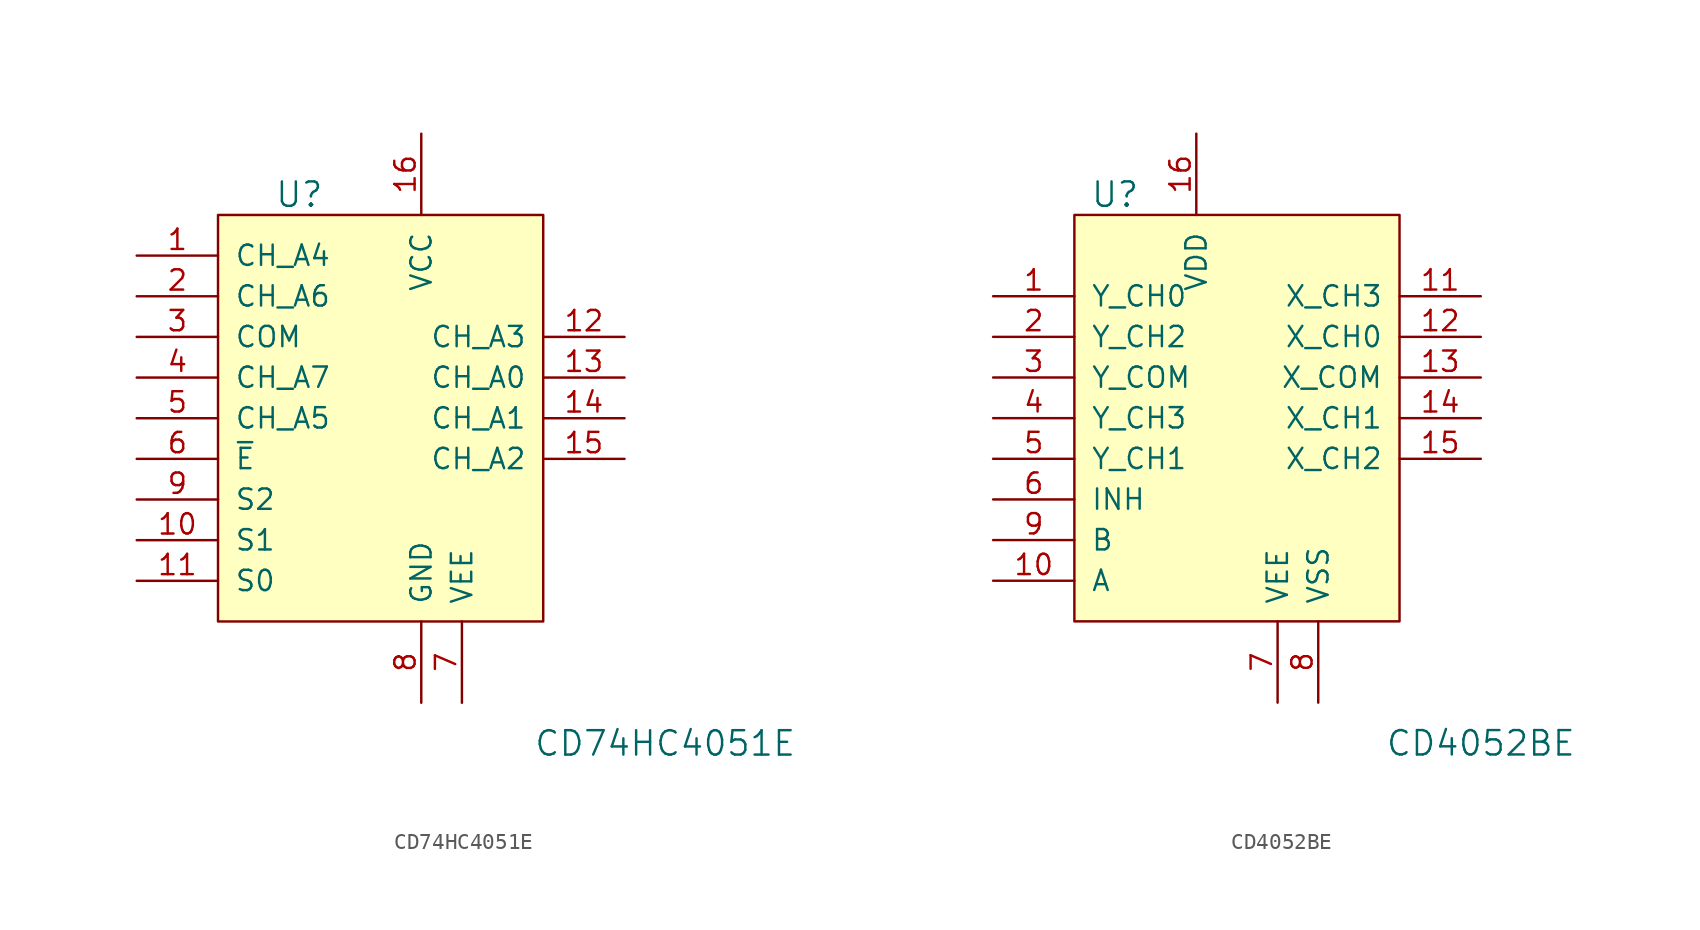
<source format=kicad_sym>
(kicad_symbol_lib
  (version 20201005)
  (generator kicad_symbol_editor)
  (symbol "CD74HC4051E"
    (pin_names
      (offset 1.016))
    (property "Reference" "U"
      (at -5.08 13.97 0)
      (effects (font (size 1.524 1.524))))
    (property "Value" "CD74HC4051E"
      (at 17.78 -20.32 0)
      (effects (font (size 1.524 1.524))))
    (symbol "CD74HC4051E_0_1"
      (rectangle (start -10.16 12.7) (end 10.16 -12.7) (stroke (width 0)) (fill (type background))))
    (symbol "CD74HC4051E_1_1"
      (pin bidirectional line (at -15.24 10.16 0) (length 5.08) (name "CH_A4" (effects (font (size 1.27 1.27)))) (number "1" (effects (font (size 1.27 1.27)))))
      (pin bidirectional line (at -15.24 7.62 0) (length 5.08) (name "CH_A6" (effects (font (size 1.27 1.27)))) (number "2" (effects (font (size 1.27 1.27)))))
      (pin bidirectional line (at -15.24 5.08 0) (length 5.08) (name "COM" (effects (font (size 1.27 1.27)))) (number "3" (effects (font (size 1.27 1.27)))))
      (pin bidirectional line (at -15.24 2.54 0) (length 5.08) (name "CH_A7" (effects (font (size 1.27 1.27)))) (number "4" (effects (font (size 1.27 1.27)))))
      (pin bidirectional line (at -15.24 0 0) (length 5.08) (name "CH_A5" (effects (font (size 1.27 1.27)))) (number "5" (effects (font (size 1.27 1.27)))))
      (pin input line (at -15.24 -2.54 0) (length 5.08) (name "~E" (effects (font (size 1.27 1.27)))) (number "6" (effects (font (size 1.27 1.27)))))
      (pin power_in line (at 5.08 -17.78 90) (length 5.08) (name "VEE" (effects (font (size 1.27 1.27)))) (number "7" (effects (font (size 1.27 1.27)))))
      (pin power_in line (at 2.54 -17.78 90) (length 5.08) (name "GND" (effects (font (size 1.27 1.27)))) (number "8" (effects (font (size 1.27 1.27)))))
      (pin input line (at -15.24 -5.08 0) (length 5.08) (name "S2" (effects (font (size 1.27 1.27)))) (number "9" (effects (font (size 1.27 1.27)))))
      (pin input line (at -15.24 -7.62 0) (length 5.08) (name "S1" (effects (font (size 1.27 1.27)))) (number "10" (effects (font (size 1.27 1.27)))))
      (pin input line (at -15.24 -10.16 0) (length 5.08) (name "S0" (effects (font (size 1.27 1.27)))) (number "11" (effects (font (size 1.27 1.27)))))
      (pin bidirectional line (at 15.24 5.08 180) (length 5.08) (name "CH_A3" (effects (font (size 1.27 1.27)))) (number "12" (effects (font (size 1.27 1.27)))))
      (pin bidirectional line (at 15.24 2.54 180) (length 5.08) (name "CH_A0" (effects (font (size 1.27 1.27)))) (number "13" (effects (font (size 1.27 1.27)))))
      (pin bidirectional line (at 15.24 0 180) (length 5.08) (name "CH_A1" (effects (font (size 1.27 1.27)))) (number "14" (effects (font (size 1.27 1.27)))))
      (pin bidirectional line (at 15.24 -2.54 180) (length 5.08) (name "CH_A2" (effects (font (size 1.27 1.27)))) (number "15" (effects (font (size 1.27 1.27)))))
      (pin power_in line (at 2.54 17.78 270) (length 5.08) (name "VCC" (effects (font (size 1.27 1.27)))) (number "16" (effects (font (size 1.27 1.27)))))))
  (symbol "CD4052BE"
    (pin_names
      (offset 1.016))
    (property "Reference" "U"
      (at -7.62 13.97 0)
      (effects (font (size 1.524 1.524))))
    (property "Value" "CD4052BE"
      (at 15.24 -20.32 0)
      (effects (font (size 1.524 1.524))))
    (symbol "CD4052BE_0_1"
      (rectangle (start -10.16 12.7) (end 10.16 -12.7) (stroke (width 0)) (fill (type background))))
    (symbol "CD4052BE_1_1"
      (pin bidirectional line (at -15.24 7.62 0) (length 5.08) (name "Y_CH0" (effects (font (size 1.27 1.27)))) (number "1" (effects (font (size 1.27 1.27)))))
      (pin bidirectional line (at -15.24 5.08 0) (length 5.08) (name "Y_CH2" (effects (font (size 1.27 1.27)))) (number "2" (effects (font (size 1.27 1.27)))))
      (pin bidirectional line (at -15.24 2.54 0) (length 5.08) (name "Y_COM" (effects (font (size 1.27 1.27)))) (number "3" (effects (font (size 1.27 1.27)))))
      (pin bidirectional line (at -15.24 0 0) (length 5.08) (name "Y_CH3" (effects (font (size 1.27 1.27)))) (number "4" (effects (font (size 1.27 1.27)))))
      (pin bidirectional line (at -15.24 -2.54 0) (length 5.08) (name "Y_CH1" (effects (font (size 1.27 1.27)))) (number "5" (effects (font (size 1.27 1.27)))))
      (pin input line (at -15.24 -5.08 0) (length 5.08) (name "INH" (effects (font (size 1.27 1.27)))) (number "6" (effects (font (size 1.27 1.27)))))
      (pin power_in line (at 2.54 -17.78 90) (length 5.08) (name "VEE" (effects (font (size 1.27 1.27)))) (number "7" (effects (font (size 1.27 1.27)))))
      (pin power_in line (at 5.08 -17.78 90) (length 5.08) (name "VSS" (effects (font (size 1.27 1.27)))) (number "8" (effects (font (size 1.27 1.27)))))
      (pin input line (at -15.24 -7.62 0) (length 5.08) (name "B" (effects (font (size 1.27 1.27)))) (number "9" (effects (font (size 1.27 1.27)))))
      (pin input line (at -15.24 -10.16 0) (length 5.08) (name "A" (effects (font (size 1.27 1.27)))) (number "10" (effects (font (size 1.27 1.27)))))
      (pin bidirectional line (at 15.24 7.62 180) (length 5.08) (name "X_CH3" (effects (font (size 1.27 1.27)))) (number "11" (effects (font (size 1.27 1.27)))))
      (pin bidirectional line (at 15.24 5.08 180) (length 5.08) (name "X_CH0" (effects (font (size 1.27 1.27)))) (number "12" (effects (font (size 1.27 1.27)))))
      (pin bidirectional line (at 15.24 2.54 180) (length 5.08) (name "X_COM" (effects (font (size 1.27 1.27)))) (number "13" (effects (font (size 1.27 1.27)))))
      (pin bidirectional line (at 15.24 0 180) (length 5.08) (name "X_CH1" (effects (font (size 1.27 1.27)))) (number "14" (effects (font (size 1.27 1.27)))))
      (pin bidirectional line (at 15.24 -2.54 180) (length 5.08) (name "X_CH2" (effects (font (size 1.27 1.27)))) (number "15" (effects (font (size 1.27 1.27)))))
      (pin power_in line (at -2.54 17.78 270) (length 5.08) (name "VDD" (effects (font (size 1.27 1.27)))) (number "16" (effects (font (size 1.27 1.27))))))))
</source>
